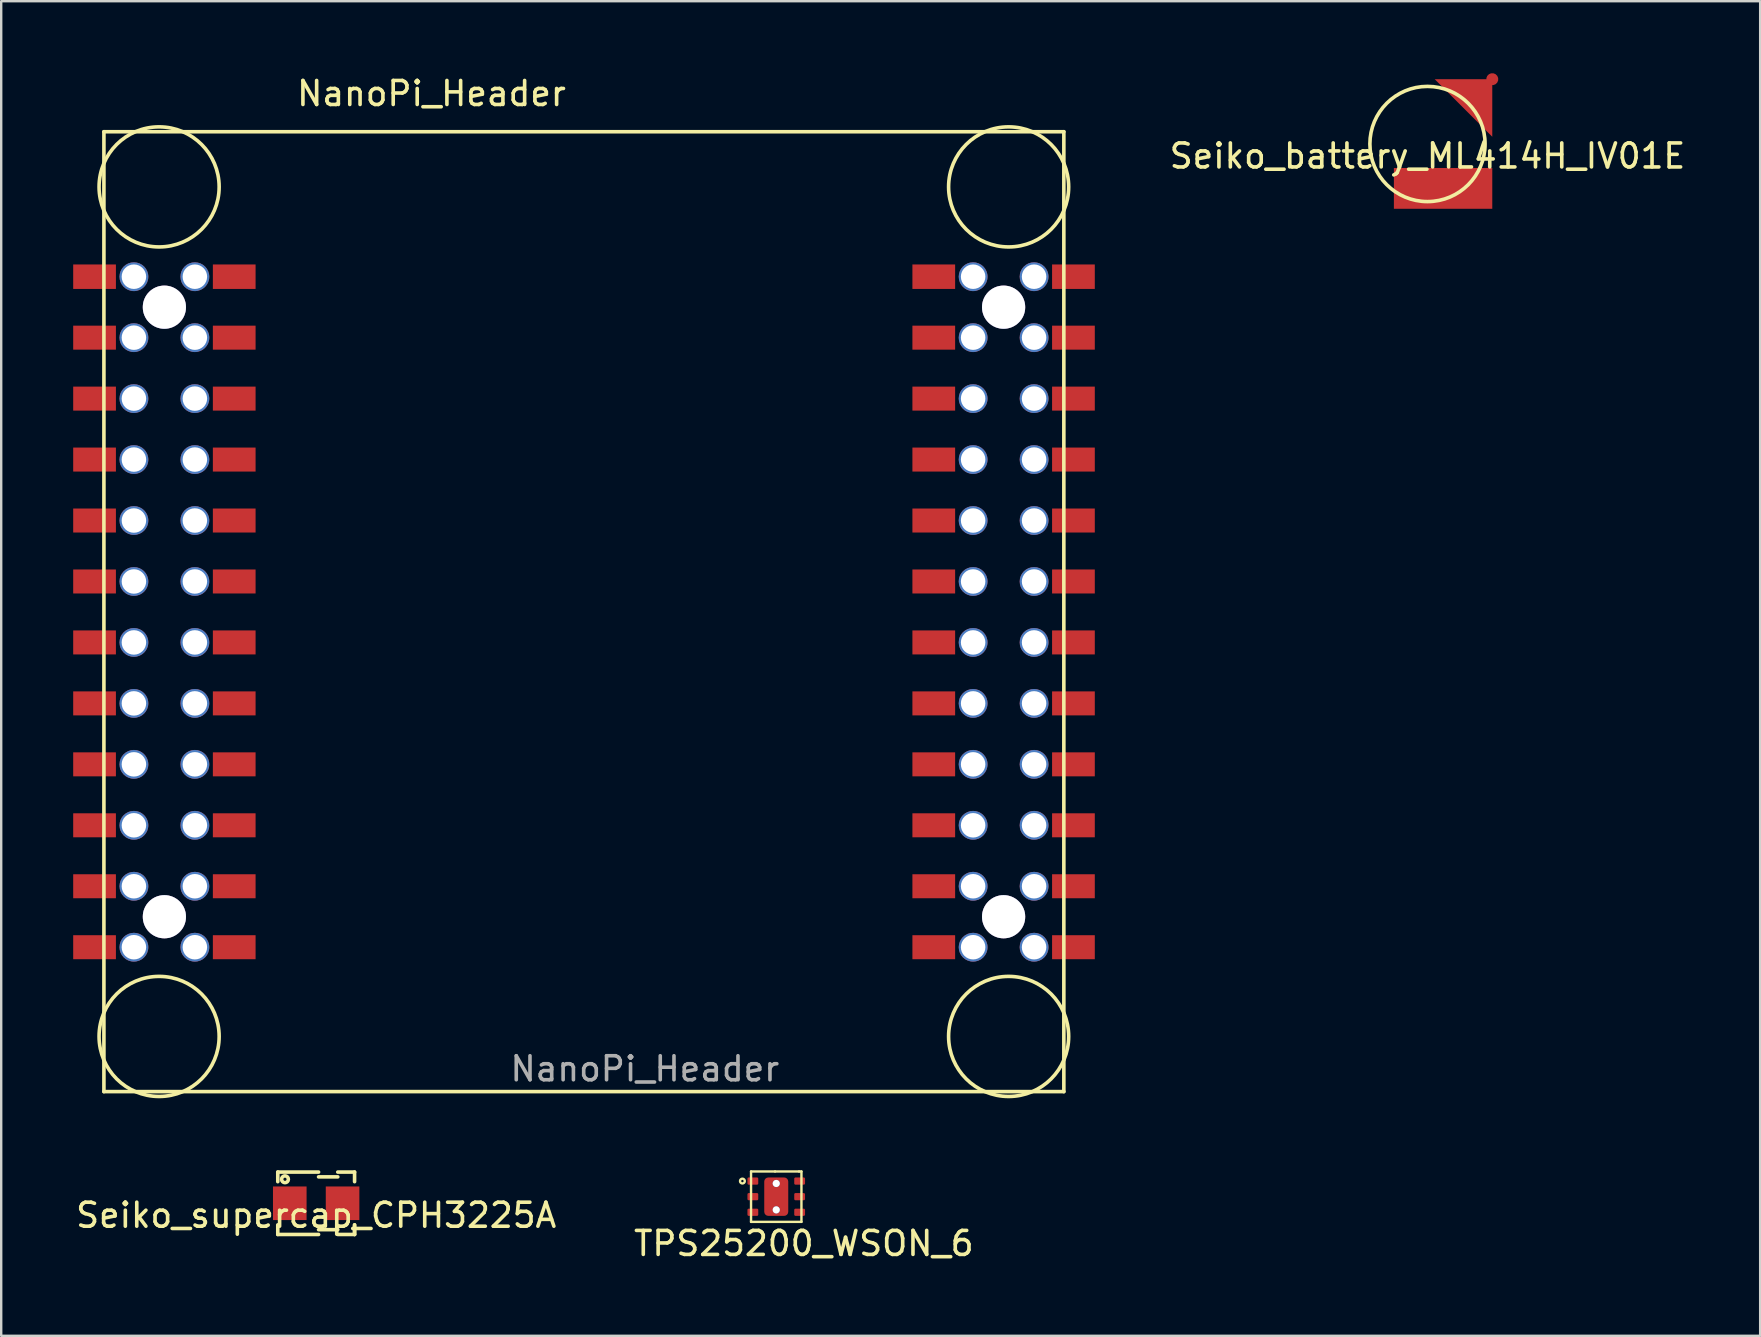
<source format=kicad_pcb>
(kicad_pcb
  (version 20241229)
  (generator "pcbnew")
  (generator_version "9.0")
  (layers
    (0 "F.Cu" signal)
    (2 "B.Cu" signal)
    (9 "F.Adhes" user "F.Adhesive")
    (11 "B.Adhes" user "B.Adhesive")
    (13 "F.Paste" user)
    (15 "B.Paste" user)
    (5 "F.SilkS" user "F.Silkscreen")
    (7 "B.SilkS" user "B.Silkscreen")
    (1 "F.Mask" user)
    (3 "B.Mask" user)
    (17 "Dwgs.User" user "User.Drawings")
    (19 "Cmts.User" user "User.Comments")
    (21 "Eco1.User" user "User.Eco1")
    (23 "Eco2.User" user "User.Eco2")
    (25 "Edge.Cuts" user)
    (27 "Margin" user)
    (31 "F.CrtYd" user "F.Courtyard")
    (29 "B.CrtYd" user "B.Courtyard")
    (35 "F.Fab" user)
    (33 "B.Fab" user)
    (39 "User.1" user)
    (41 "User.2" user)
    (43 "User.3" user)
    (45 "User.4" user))
  (footprint "NanoPi_Header"
    (layer "F.Cu")
    (at 21.28 22.438)
    (property "Reference" "NanoPi_Header" (at -6.35 -21.59 0) (layer "F.SilkS") (effects (font (size 1 1) (thickness 0.15))))
    (attr smd)
    (fp_line (start -20 -20) (end -20 20) (stroke (width 0.15) (type solid)) (layer "F.SilkS"))
    (fp_line (start -20 -20) (end 20 -20) (stroke (width 0.15) (type solid)) (layer "F.SilkS"))
    (fp_line (start -20 20) (end 20 20) (stroke (width 0.15) (type solid)) (layer "F.SilkS"))
    (fp_line (start 20 20) (end 20 -20) (stroke (width 0.15) (type solid)) (layer "F.SilkS"))
    (fp_circle (center -17.7 -17.7) (end -15.198 -17.7) (stroke (width 0.15) (type solid)) (fill no) (layer "F.SilkS"))
    (fp_circle (center -17.7 17.7) (end -15.198 17.7) (stroke (width 0.15) (type solid)) (fill no) (layer "F.SilkS"))
    (fp_circle (center 17.7 -17.7) (end 20.202 -17.7) (stroke (width 0.15) (type solid)) (fill no) (layer "F.SilkS"))
    (fp_circle (center 17.7 17.7) (end 20.202 17.7) (stroke (width 0.15) (type solid)) (fill no) (layer "F.SilkS"))
    (fp_text user "${REFERENCE}" (at 2.54 19.05 180) (layer "F.Fab") (effects (font (size 1 1) (thickness 0.15))))
    (pad "" thru_hole circle (at -17.48 -12.688) (size 1.8 1.8) (drill 1.8) (layers "*.Cu" "*.Mask"))
    (pad "" thru_hole circle (at -17.48 12.712) (size 1.8 1.8) (drill 1.8) (layers "*.Cu" "*.Mask"))
    (pad "" thru_hole circle (at 17.49 -12.688) (size 1.8 1.8) (drill 1.8) (layers "*.Cu" "*.Mask"))
    (pad "" thru_hole circle (at 17.49 12.712) (size 1.8 1.8) (drill 1.8) (layers "*.Cu" "*.Mask"))
    (pad "A1" thru_hole circle (at 18.76 -13.958) (size 1.2 1.2) (drill 1.02) (layers "*.Cu" "*.Mask"))
    (pad "A1" smd rect (at 20.4 -13.958) (size 1.78 1.02) (layers "F.Cu" "F.Mask" "F.Paste"))
    (pad "A2" smd rect (at 14.58 -13.958) (size 1.78 1.02) (layers "F.Cu" "F.Mask" "F.Paste"))
    (pad "A2" thru_hole circle (at 16.22 -13.958) (size 1.2 1.2) (drill 1.02) (layers "*.Cu" "*.Mask"))
    (pad "A3" thru_hole circle (at 18.76 -11.418) (size 1.2 1.2) (drill 1.02) (layers "*.Cu" "*.Mask"))
    (pad "A3" smd rect (at 20.4 -11.418) (size 1.78 1) (layers "F.Cu" "F.Mask" "F.Paste"))
    (pad "A4" smd rect (at 14.58 -11.418) (size 1.78 1) (layers "F.Cu" "F.Mask" "F.Paste"))
    (pad "A4" thru_hole circle (at 16.22 -11.418) (size 1.2 1.2) (drill 1.02) (layers "*.Cu" "*.Mask"))
    (pad "A5" thru_hole circle (at 18.76 -8.878) (size 1.2 1.2) (drill 1.02) (layers "*.Cu" "*.Mask"))
    (pad "A5" smd rect (at 20.4 -8.878) (size 1.78 1) (layers "F.Cu" "F.Mask" "F.Paste"))
    (pad "A6" smd rect (at 14.58 -8.878) (size 1.78 1) (layers "F.Cu" "F.Mask" "F.Paste"))
    (pad "A6" thru_hole circle (at 16.22 -8.878) (size 1.2 1.2) (drill 1.02) (layers "*.Cu" "*.Mask"))
    (pad "A7" thru_hole circle (at 18.76 -6.338) (size 1.2 1.2) (drill 1.02) (layers "*.Cu" "*.Mask"))
    (pad "A7" smd rect (at 20.4 -6.338) (size 1.78 1) (layers "F.Cu" "F.Mask" "F.Paste"))
    (pad "A8" smd rect (at 14.58 -6.338) (size 1.78 1) (layers "F.Cu" "F.Mask" "F.Paste"))
    (pad "A8" thru_hole circle (at 16.22 -6.338) (size 1.2 1.2) (drill 1.02) (layers "*.Cu" "*.Mask"))
    (pad "A9" thru_hole circle (at 18.76 -3.798) (size 1.2 1.2) (drill 1.02) (layers "*.Cu" "*.Mask"))
    (pad "A9" smd rect (at 20.4 -3.798) (size 1.78 1) (layers "F.Cu" "F.Mask" "F.Paste"))
    (pad "A10" smd rect (at 14.58 -3.798) (size 1.78 1) (layers "F.Cu" "F.Mask" "F.Paste"))
    (pad "A10" thru_hole circle (at 16.22 -3.798) (size 1.2 1.2) (drill 1.02) (layers "*.Cu" "*.Mask"))
    (pad "A11" thru_hole circle (at 18.76 -1.258) (size 1.2 1.2) (drill 1.02) (layers "*.Cu" "*.Mask"))
    (pad "A11" smd rect (at 20.4 -1.258) (size 1.78 1) (layers "F.Cu" "F.Mask" "F.Paste"))
    (pad "A12" smd rect (at 14.58 -1.258) (size 1.78 1) (layers "F.Cu" "F.Mask" "F.Paste"))
    (pad "A12" thru_hole circle (at 16.22 -1.258) (size 1.2 1.2) (drill 1.02) (layers "*.Cu" "*.Mask"))
    (pad "A13" thru_hole circle (at 18.76 1.282) (size 1.2 1.2) (drill 1.02) (layers "*.Cu" "*.Mask"))
    (pad "A13" smd rect (at 20.4 1.282) (size 1.78 1) (layers "F.Cu" "F.Mask" "F.Paste"))
    (pad "A14" smd rect (at 14.58 1.282) (size 1.78 1) (layers "F.Cu" "F.Mask" "F.Paste"))
    (pad "A14" thru_hole circle (at 16.22 1.282) (size 1.2 1.2) (drill 1.02) (layers "*.Cu" "*.Mask"))
    (pad "A15" thru_hole circle (at 18.76 3.822) (size 1.2 1.2) (drill 1.02) (layers "*.Cu" "*.Mask"))
    (pad "A15" smd rect (at 20.4 3.822) (size 1.78 1) (layers "F.Cu" "F.Mask" "F.Paste"))
    (pad "A16" smd rect (at 14.58 3.822) (size 1.78 1) (layers "F.Cu" "F.Mask" "F.Paste"))
    (pad "A16" thru_hole circle (at 16.22 3.822) (size 1.2 1.2) (drill 1.02) (layers "*.Cu" "*.Mask"))
    (pad "A17" thru_hole circle (at 18.76 6.362) (size 1.2 1.2) (drill 1.02) (layers "*.Cu" "*.Mask"))
    (pad "A17" smd rect (at 20.4 6.362) (size 1.78 1) (layers "F.Cu" "F.Mask" "F.Paste"))
    (pad "A18" smd rect (at 14.58 6.362) (size 1.78 1) (layers "F.Cu" "F.Mask" "F.Paste"))
    (pad "A18" thru_hole circle (at 16.22 6.362) (size 1.2 1.2) (drill 1.02) (layers "*.Cu" "*.Mask"))
    (pad "A19" thru_hole circle (at 18.76 8.902) (size 1.2 1.2) (drill 1.02) (layers "*.Cu" "*.Mask"))
    (pad "A19" smd rect (at 20.4 8.902) (size 1.78 1) (layers "F.Cu" "F.Mask" "F.Paste"))
    (pad "A20" smd rect (at 14.58 8.902) (size 1.78 1) (layers "F.Cu" "F.Mask" "F.Paste"))
    (pad "A20" thru_hole circle (at 16.22 8.902) (size 1.2 1.2) (drill 1.02) (layers "*.Cu" "*.Mask"))
    (pad "A21" thru_hole circle (at 18.76 11.442) (size 1.2 1.2) (drill 1.02) (layers "*.Cu" "*.Mask"))
    (pad "A21" smd rect (at 20.4 11.442) (size 1.78 1) (layers "F.Cu" "F.Mask" "F.Paste"))
    (pad "A22" smd rect (at 14.58 11.442) (size 1.78 1) (layers "F.Cu" "F.Mask" "F.Paste"))
    (pad "A22" thru_hole circle (at 16.22 11.442) (size 1.2 1.2) (drill 1.02) (layers "*.Cu" "*.Mask"))
    (pad "A23" thru_hole circle (at 18.76 13.982) (size 1.2 1.2) (drill 1.02) (layers "*.Cu" "*.Mask"))
    (pad "A23" smd rect (at 20.4 13.982) (size 1.78 1) (layers "F.Cu" "F.Mask" "F.Paste"))
    (pad "A24" smd rect (at 14.58 13.982) (size 1.78 1) (layers "F.Cu" "F.Mask" "F.Paste"))
    (pad "A24" thru_hole circle (at 16.22 13.982) (size 1.2 1.2) (drill 1.02) (layers "*.Cu" "*.Mask"))
    (pad "B1" thru_hole circle (at -16.21 -13.958) (size 1.2 1.2) (drill 1.02) (layers "*.Cu" "*.Mask"))
    (pad "B1" smd rect (at -14.57 -13.958) (size 1.78 1.02) (layers "F.Cu" "F.Mask" "F.Paste"))
    (pad "B2" smd rect (at -20.39 -13.958) (size 1.78 1.02) (layers "F.Cu" "F.Mask" "F.Paste"))
    (pad "B2" thru_hole circle (at -18.75 -13.958) (size 1.2 1.2) (drill 1.02) (layers "*.Cu" "*.Mask"))
    (pad "B3" thru_hole circle (at -16.21 -11.418) (size 1.2 1.2) (drill 1.02) (layers "*.Cu" "*.Mask"))
    (pad "B3" smd rect (at -14.57 -11.418) (size 1.78 1) (layers "F.Cu" "F.Mask" "F.Paste"))
    (pad "B4" smd rect (at -20.39 -11.418) (size 1.78 1) (layers "F.Cu" "F.Mask" "F.Paste"))
    (pad "B4" thru_hole circle (at -18.75 -11.418) (size 1.2 1.2) (drill 1.02) (layers "*.Cu" "*.Mask"))
    (pad "B5" thru_hole circle (at -16.21 -8.878) (size 1.2 1.2) (drill 1.02) (layers "*.Cu" "*.Mask"))
    (pad "B5" smd rect (at -14.57 -8.878) (size 1.78 1) (layers "F.Cu" "F.Mask" "F.Paste"))
    (pad "B6" smd rect (at -20.39 -8.878) (size 1.78 1) (layers "F.Cu" "F.Mask" "F.Paste"))
    (pad "B6" thru_hole circle (at -18.75 -8.878) (size 1.2 1.2) (drill 1.02) (layers "*.Cu" "*.Mask"))
    (pad "B7" thru_hole circle (at -16.21 -6.338) (size 1.2 1.2) (drill 1.02) (layers "*.Cu" "*.Mask"))
    (pad "B7" smd rect (at -14.57 -6.338) (size 1.78 1) (layers "F.Cu" "F.Mask" "F.Paste"))
    (pad "B8" smd rect (at -20.39 -6.338) (size 1.78 1) (layers "F.Cu" "F.Mask" "F.Paste"))
    (pad "B8" thru_hole circle (at -18.75 -6.338) (size 1.2 1.2) (drill 1.02) (layers "*.Cu" "*.Mask"))
    (pad "B9" thru_hole circle (at -16.21 -3.798) (size 1.2 1.2) (drill 1.02) (layers "*.Cu" "*.Mask"))
    (pad "B9" smd rect (at -14.57 -3.798) (size 1.78 1) (layers "F.Cu" "F.Mask" "F.Paste"))
    (pad "B10" smd rect (at -20.39 -3.798) (size 1.78 1) (layers "F.Cu" "F.Mask" "F.Paste"))
    (pad "B10" thru_hole circle (at -18.75 -3.798) (size 1.2 1.2) (drill 1.02) (layers "*.Cu" "*.Mask"))
    (pad "B11" thru_hole circle (at -16.21 -1.258) (size 1.2 1.2) (drill 1.02) (layers "*.Cu" "*.Mask"))
    (pad "B11" smd rect (at -14.57 -1.258) (size 1.78 1) (layers "F.Cu" "F.Mask" "F.Paste"))
    (pad "B12" smd rect (at -20.39 -1.258) (size 1.78 1) (layers "F.Cu" "F.Mask" "F.Paste"))
    (pad "B12" thru_hole circle (at -18.75 -1.258) (size 1.2 1.2) (drill 1.02) (layers "*.Cu" "*.Mask"))
    (pad "B13" thru_hole circle (at -16.21 1.282) (size 1.2 1.2) (drill 1.02) (layers "*.Cu" "*.Mask"))
    (pad "B13" smd rect (at -14.57 1.282) (size 1.78 1) (layers "F.Cu" "F.Mask" "F.Paste"))
    (pad "B14" smd rect (at -20.39 1.282) (size 1.78 1) (layers "F.Cu" "F.Mask" "F.Paste"))
    (pad "B14" thru_hole circle (at -18.75 1.282) (size 1.2 1.2) (drill 1.02) (layers "*.Cu" "*.Mask"))
    (pad "B15" thru_hole circle (at -16.21 3.822) (size 1.2 1.2) (drill 1.02) (layers "*.Cu" "*.Mask"))
    (pad "B15" smd rect (at -14.57 3.822) (size 1.78 1) (layers "F.Cu" "F.Mask" "F.Paste"))
    (pad "B16" smd rect (at -20.39 3.822) (size 1.78 1) (layers "F.Cu" "F.Mask" "F.Paste"))
    (pad "B16" thru_hole circle (at -18.75 3.822) (size 1.2 1.2) (drill 1.02) (layers "*.Cu" "*.Mask"))
    (pad "B17" thru_hole circle (at -16.21 6.362) (size 1.2 1.2) (drill 1.02) (layers "*.Cu" "*.Mask"))
    (pad "B17" smd rect (at -14.57 6.362) (size 1.78 1) (layers "F.Cu" "F.Mask" "F.Paste"))
    (pad "B18" smd rect (at -20.39 6.362) (size 1.78 1) (layers "F.Cu" "F.Mask" "F.Paste"))
    (pad "B18" thru_hole circle (at -18.75 6.362) (size 1.2 1.2) (drill 1.02) (layers "*.Cu" "*.Mask"))
    (pad "B19" thru_hole circle (at -16.21 8.902) (size 1.2 1.2) (drill 1.02) (layers "*.Cu" "*.Mask"))
    (pad "B19" smd rect (at -14.57 8.902) (size 1.78 1) (layers "F.Cu" "F.Mask" "F.Paste"))
    (pad "B20" smd rect (at -20.39 8.902) (size 1.78 1) (layers "F.Cu" "F.Mask" "F.Paste"))
    (pad "B20" thru_hole circle (at -18.75 8.902) (size 1.2 1.2) (drill 1.02) (layers "*.Cu" "*.Mask"))
    (pad "B21" thru_hole circle (at -16.21 11.442) (size 1.2 1.2) (drill 1.02) (layers "*.Cu" "*.Mask"))
    (pad "B21" smd rect (at -14.57 11.442) (size 1.78 1) (layers "F.Cu" "F.Mask" "F.Paste"))
    (pad "B22" smd rect (at -20.39 11.442) (size 1.78 1) (layers "F.Cu" "F.Mask" "F.Paste"))
    (pad "B22" thru_hole circle (at -18.75 11.442) (size 1.2 1.2) (drill 1.02) (layers "*.Cu" "*.Mask"))
    (pad "B23" thru_hole circle (at -16.21 13.982) (size 1.2 1.2) (drill 1.02) (layers "*.Cu" "*.Mask"))
    (pad "B23" smd rect (at -14.57 13.982) (size 1.78 1) (layers "F.Cu" "F.Mask" "F.Paste"))
    (pad "B24" smd rect (at -20.39 13.982) (size 1.78 1) (layers "F.Cu" "F.Mask" "F.Paste"))
    (pad "B24" thru_hole circle (at -18.75 13.982) (size 1.2 1.2) (drill 1.02) (layers "*.Cu" "*.Mask")))
  (footprint "TPS25200_WSON_6"
    (layer "F.Cu")
    (at 29.296 46.815)
    (property "Reference" "TPS25200_WSON_6" (at 1.15 1.95 0) (layer "F.SilkS") (effects (font (size 1 1) (thickness 0.15))))
    (attr through_hole)
    (fp_line (start -1.05 -1.05) (end -1.05 1.05) (stroke (width 0.1) (type solid)) (layer "F.SilkS"))
    (fp_line (start -1.05 -1.05) (end -0.05 -1.05) (stroke (width 0.1) (type solid)) (layer "F.SilkS"))
    (fp_line (start -1.05 1.05) (end 1.05 1.05) (stroke (width 0.1) (type solid)) (layer "F.SilkS"))
    (fp_line (start -0.05 -1.05) (end 0.95 -1.05) (stroke (width 0.1) (type solid)) (layer "F.SilkS"))
    (fp_line (start 0.95 -1.05) (end 1.05 -1.05) (stroke (width 0.1) (type solid)) (layer "F.SilkS"))
    (fp_line (start 1.05 1.05) (end 1.05 -1.05) (stroke (width 0.1) (type solid)) (layer "F.SilkS"))
    (fp_circle (center -1.41 -0.65) (end -1.31 -0.65) (stroke (width 0.1) (type solid)) (fill no) (layer "F.SilkS"))
    (pad "1" smd roundrect (at -0.975 -0.65) (size 0.45 0.3) (layers "F.Cu" "F.Mask" "F.Paste") (roundrect_rratio 0.17))
    (pad "2" smd roundrect (at -0.975 0) (size 0.45 0.3) (layers "F.Cu" "F.Mask" "F.Paste") (roundrect_rratio 0.17))
    (pad "3" smd roundrect (at -0.975 0.65) (size 0.45 0.3) (layers "F.Cu" "F.Mask" "F.Paste") (roundrect_rratio 0.17))
    (pad "4" smd roundrect (at 0.975 0.65) (size 0.45 0.3) (layers "F.Cu" "F.Mask" "F.Paste") (roundrect_rratio 0.17))
    (pad "5" smd roundrect (at 0.975 0) (size 0.45 0.3) (layers "F.Cu" "F.Mask" "F.Paste") (roundrect_rratio 0.17))
    (pad "6" smd roundrect (at 0.975 -0.65) (size 0.45 0.3) (layers "F.Cu" "F.Mask" "F.Paste") (roundrect_rratio 0.17))
    (pad "7" thru_hole circle (at 0 -0.55) (size 0.3 0.3) (drill 0.3) (layers "*.Cu" "*.Paste" "*.Mask"))
    (pad "7" smd roundrect (at 0 0) (size 1 1.6) (layers "F.Cu" "F.Mask" "F.Paste") (roundrect_rratio 0.17))
    (pad "7" thru_hole circle (at 0 0.55) (size 0.3 0.3) (drill 0.3) (layers "*.Cu" "*.Paste" "*.Mask")))
  (footprint "Seiko_battery_ML414H_IV01E"
    (layer "F.Cu")
    (at 56.433 2.95)
    (property "Reference" "Seiko_battery_ML414H_IV01E" (at 0 0.5 0) (layer "F.SilkS") (effects (font (size 1 1) (thickness 0.15))))
    (attr through_hole)
    (fp_circle (center 0 0) (end 2.4 0) (stroke (width 0.15) (type solid)) (fill no) (layer "F.SilkS"))
    (pad "1" smd custom (at 2.7 -2.7) (size 0.5 0.5) (layers "F.Cu" "F.Mask" "F.Paste") (options (anchor circle)) (primitives (gr_poly (pts (xy -2.4 0) (xy 0 0) (xy 0 2.4)) (width 0) (fill yes))))
    (pad "2" smd rect (at 2.7 2.7) (size 4.1 1.7) (drill (offset -2.05 -0.85)) (layers "F.Cu" "F.Mask" "F.Paste")))
  (footprint "Seiko_supercap_CPH3225A"
    (layer "F.Cu")
    (at 10.125 47.09)
    (property "Reference" "Seiko_supercap_CPH3225A" (at 0 0.5 0) (layer "F.SilkS") (effects (font (size 1 1) (thickness 0.15))))
    (attr through_hole)
    (fp_line (start -1.6 -1.3) (end -1.6 -0.9) (stroke (width 0.15) (type solid)) (layer "F.SilkS"))
    (fp_line (start -1.6 -1.3) (end 0.1 -1.3) (stroke (width 0.15) (type solid)) (layer "F.SilkS"))
    (fp_line (start -1.6 1.3) (end -1.6 0.9) (stroke (width 0.15) (type solid)) (layer "F.SilkS"))
    (fp_line (start 0.1 -1.1) (end 0.9 -1.1) (stroke (width 0.15) (type solid)) (layer "F.SilkS"))
    (fp_line (start 0.1 1.3) (end -1.6 1.3) (stroke (width 0.15) (type solid)) (layer "F.SilkS"))
    (fp_line (start 0.9 -1.3) (end 1.6 -1.3) (stroke (width 0.15) (type solid)) (layer "F.SilkS"))
    (fp_line (start 0.9 1.1) (end 0.1 1.1) (stroke (width 0.15) (type solid)) (layer "F.SilkS"))
    (fp_line (start 1.6 -1.3) (end 1.6 -0.9) (stroke (width 0.15) (type solid)) (layer "F.SilkS"))
    (fp_line (start 1.6 0.9) (end 1.6 1.3) (stroke (width 0.15) (type solid)) (layer "F.SilkS"))
    (fp_line (start 1.6 1.3) (end 0.9 1.3) (stroke (width 0.15) (type solid)) (layer "F.SilkS"))
    (fp_line (start 1.6 1.3) (end 1.6 0.9) (stroke (width 0.15) (type solid)) (layer "F.SilkS"))
    (fp_circle (center -1.3 -1) (end -1.2 -0.9) (stroke (width 0.15) (type solid)) (fill no) (layer "F.SilkS"))
    (pad "1" smd rect (at -1.1 0) (size 1.4 1.4) (layers "F.Cu" "F.Mask" "F.Paste"))
    (pad "2" smd rect (at 1.1 0) (size 1.4 1.4) (layers "F.Cu" "F.Mask" "F.Paste")))
  (gr_rect
    (start -3 -3)
    (end 70.296 52.613)
    (stroke (width 0.1) (type default))
    (fill no)
    (layer "Edge.Cuts")))
</source>
